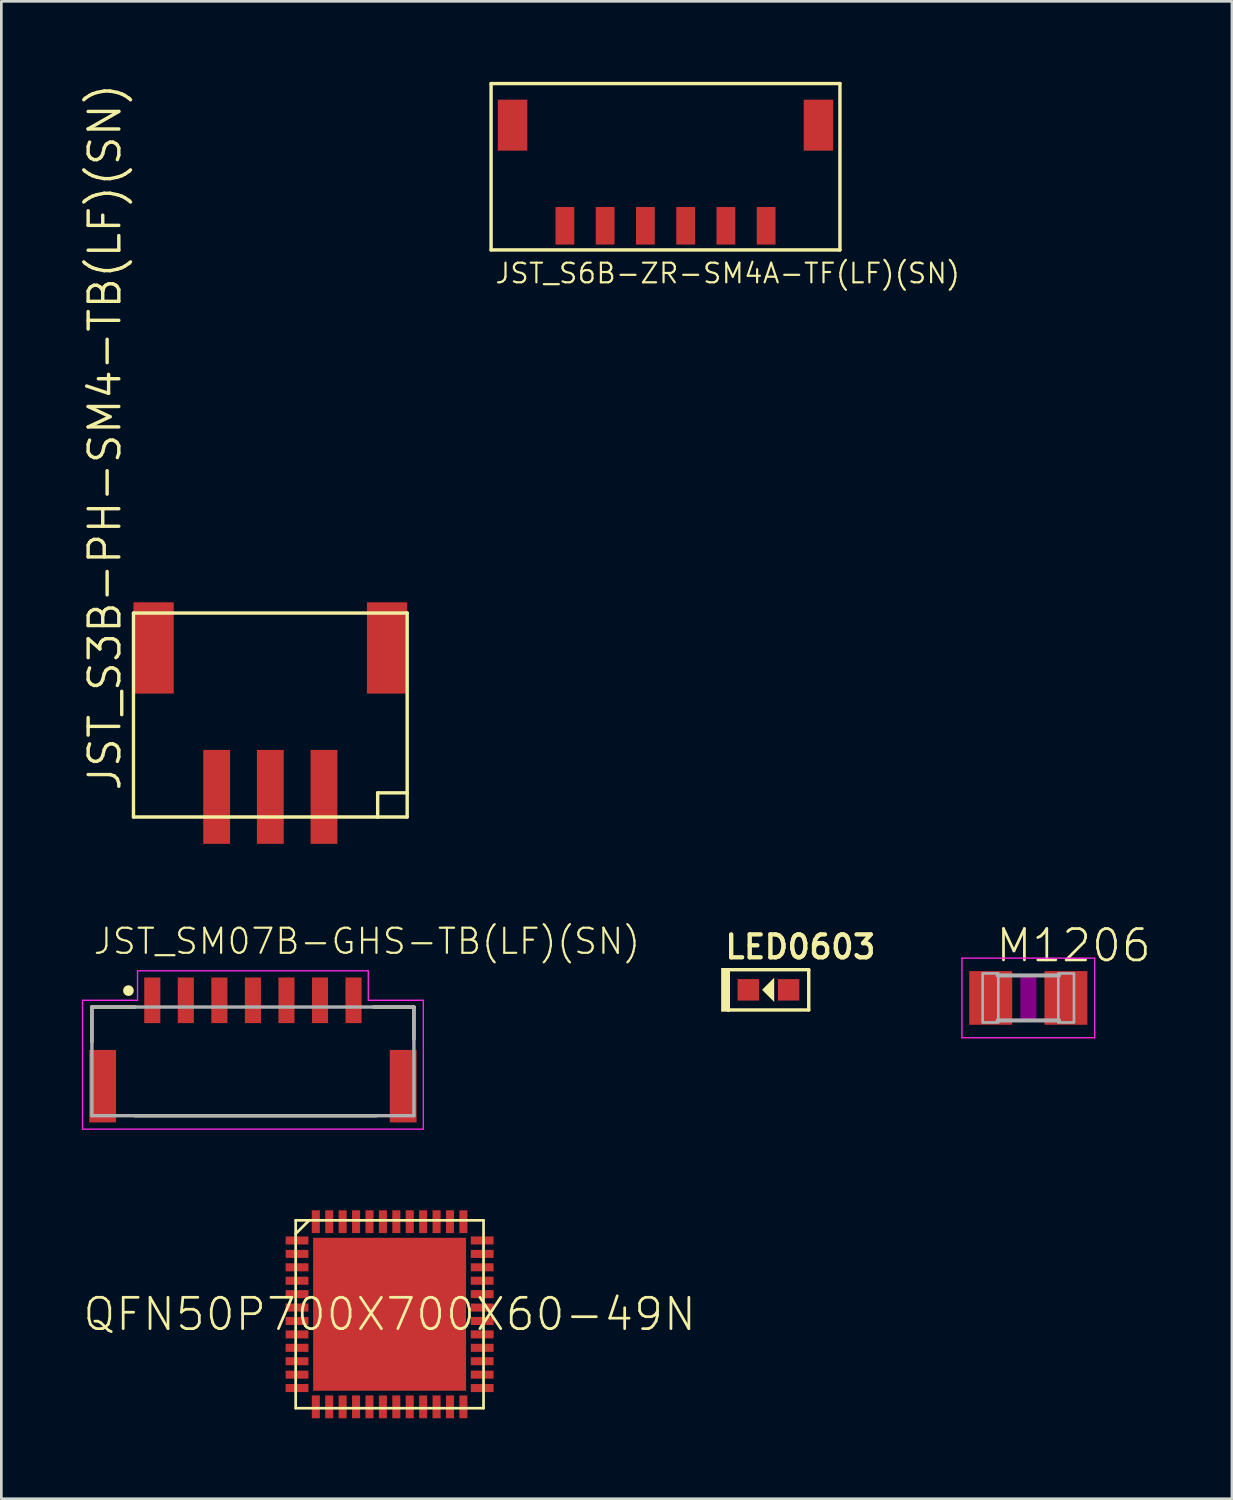
<source format=kicad_pcb>
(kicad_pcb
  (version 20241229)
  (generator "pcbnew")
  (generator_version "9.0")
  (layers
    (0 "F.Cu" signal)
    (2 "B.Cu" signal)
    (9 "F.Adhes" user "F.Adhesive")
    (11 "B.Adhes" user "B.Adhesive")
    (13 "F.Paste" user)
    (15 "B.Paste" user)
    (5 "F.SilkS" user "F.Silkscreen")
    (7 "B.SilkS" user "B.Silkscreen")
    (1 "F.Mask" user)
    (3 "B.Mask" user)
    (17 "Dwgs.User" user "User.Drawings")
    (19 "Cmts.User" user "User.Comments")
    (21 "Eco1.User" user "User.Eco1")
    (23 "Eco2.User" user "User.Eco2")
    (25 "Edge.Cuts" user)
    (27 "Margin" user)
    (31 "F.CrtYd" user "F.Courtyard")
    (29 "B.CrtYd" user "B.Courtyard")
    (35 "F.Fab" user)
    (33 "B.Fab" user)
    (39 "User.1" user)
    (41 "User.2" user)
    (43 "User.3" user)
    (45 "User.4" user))
  (footprint "JST_S3B-PH-SM4-TB(LF)(SN)"
    (layer "F.Cu")
    (at 7.024 23.666)
    (property "Reference" "JST_S3B-PH-SM4-TB(LF)(SN)" (at -5.5 2.83 90) (unlocked yes) (layer "F.SilkS") (effects (font (size 1.143 1.143) (thickness 0.127)) (justify left bottom)))
    (fp_line (start -5.1 -3.87) (end -5.1 3.73) (stroke (width 0.127) (type solid)) (layer "F.SilkS"))
    (fp_line (start -5.1 -3.87) (end 5.1 -3.87) (stroke (width 0.127) (type solid)) (layer "F.SilkS"))
    (fp_line (start -5.1 3.73) (end 4 3.73) (stroke (width 0.127) (type solid)) (layer "F.SilkS"))
    (fp_line (start 4 2.83) (end 4 3.73) (stroke (width 0.127) (type solid)) (layer "F.SilkS"))
    (fp_line (start 4 3.73) (end 5.1 3.73) (stroke (width 0.127) (type solid)) (layer "F.SilkS"))
    (fp_line (start 5.1 2.83) (end 4 2.83) (stroke (width 0.127) (type solid)) (layer "F.SilkS"))
    (fp_line (start 5.1 2.83) (end 5.1 -3.87) (stroke (width 0.127) (type solid)) (layer "F.SilkS"))
    (fp_line (start 5.1 3.73) (end 5.1 2.83) (stroke (width 0.127) (type solid)) (layer "F.SilkS"))
    (pad "1" smd rect (at 2 2.98) (size 1 3.5) (layers "F.Cu" "F.Mask" "F.Paste"))
    (pad "2" smd rect (at 0 2.98) (size 1 3.5) (layers "F.Cu" "F.Mask" "F.Paste"))
    (pad "3" smd rect (at -2 2.98) (size 1 3.5) (layers "F.Cu" "F.Mask" "F.Paste"))
    (pad "S1" smd rect (at -4.35 -2.57) (size 1.5 3.4) (layers "F.Cu" "F.Mask" "F.Paste"))
    (pad "S2" smd rect (at 4.35 -2.57) (size 1.5 3.4) (layers "F.Cu" "F.Mask" "F.Paste")))
  (footprint "M1206"
    (layer "F.Cu")
    (at 35.271 34.139)
    (property "Reference" "M1206" (at -1.27 -1.27 0) (unlocked yes) (layer "F.SilkS") (effects (font (size 1.168 1.168) (thickness 0.102)) (justify left bottom)))
    (fp_poly (pts (xy -0.3 0.8) (xy 0.3 0.8) (xy 0.3 -0.8) (xy -0.3 -0.8)) (stroke (width 0) (type default)) (fill yes) (layer "F.Adhes"))
    (fp_line (start -2.473 -1.483) (end 2.473 -1.483) (stroke (width 0.051) (type solid)) (layer "F.CrtYd"))
    (fp_line (start -2.473 1.483) (end -2.473 -1.483) (stroke (width 0.051) (type solid)) (layer "F.CrtYd"))
    (fp_line (start 2.473 -1.483) (end 2.473 1.483) (stroke (width 0.051) (type solid)) (layer "F.CrtYd"))
    (fp_line (start 2.473 1.483) (end -2.473 1.483) (stroke (width 0.051) (type solid)) (layer "F.CrtYd"))
    (fp_line (start 1.143 -0.838) (end -1.143 -0.838) (stroke (width 0.152) (type solid)) (layer "F.Fab"))
    (fp_line (start 1.143 0.838) (end -1.143 0.838) (stroke (width 0.152) (type solid)) (layer "F.Fab"))
    (fp_poly (pts (xy -1.702 0.914) (xy -1.118 0.914) (xy -1.118 -0.914) (xy -1.702 -0.914)) (stroke (width 0.1) (type default)) (fill no) (layer "F.Fab"))
    (fp_poly (pts (xy 1.118 0.914) (xy 1.702 0.914) (xy 1.702 -0.914) (xy 1.118 -0.914)) (stroke (width 0.1) (type default)) (fill no) (layer "F.Fab"))
    (pad "1" smd rect (at -1.4 0) (size 1.6 2) (layers "F.Cu" "F.Mask" "F.Paste"))
    (pad "2" smd rect (at 1.4 0) (size 1.6 2) (layers "F.Cu" "F.Mask" "F.Paste")))
  (footprint "LED0603"
    (layer "F.Cu")
    (at 25.588 33.837)
    (property "Reference" "LED0603" (at -1.7 -1.1 0) (unlocked yes) (layer "F.SilkS") (effects (font (size 0.853 0.853) (thickness 0.163)) (justify left bottom)))
    (fp_line (start -1.5 -0.75) (end -1.5 0.75) (stroke (width 0.127) (type solid)) (layer "F.SilkS"))
    (fp_line (start -1.5 0.75) (end 1.5 0.75) (stroke (width 0.127) (type solid)) (layer "F.SilkS"))
    (fp_line (start 1.5 -0.75) (end -1.5 -0.75) (stroke (width 0.127) (type solid)) (layer "F.SilkS"))
    (fp_line (start 1.5 0.75) (end 1.5 -0.75) (stroke (width 0.127) (type solid)) (layer "F.SilkS"))
    (fp_poly (pts (xy 0.213 0.453) (xy -0.24 0) (xy 0.213 -0.453)) (stroke (width 0) (type default)) (fill yes) (layer "F.SilkS"))
    (fp_poly (pts (xy -1.437 0.814) (xy -1.764 0.814) (xy -1.764 -0.814) (xy -1.437 -0.814)) (stroke (width 0) (type default)) (fill yes) (layer "F.SilkS"))
    (pad "ANODE" smd rect (at 0.75 0) (size 0.8 0.8) (layers "F.Cu" "F.Mask" "F.Paste"))
    (pad "CATHODE" smd rect (at -0.75 0) (size 0.8 0.8) (layers "F.Cu" "F.Mask" "F.Paste")))
  (footprint "QFN50P700X700X60-49N"
    (layer "F.Cu")
    (at 11.469 45.927)
    (property "Reference" "QFN50P700X700X60-49N" (at 0 0 0) (unlocked yes) (layer "F.SilkS") (effects (font (size 1.168 1.168) (thickness 0.102))))
    (fp_line (start -3.5 -3.5) (end 3.5 -3.5) (stroke (width 0.1) (type solid)) (layer "F.SilkS"))
    (fp_line (start -3.5 -3) (end -3 -3.5) (stroke (width 0.1) (type solid)) (layer "F.SilkS"))
    (fp_line (start -3.5 3.5) (end -3.5 -3.5) (stroke (width 0.1) (type solid)) (layer "F.SilkS"))
    (fp_line (start 3.5 -3.5) (end 3.5 3.5) (stroke (width 0.1) (type solid)) (layer "F.SilkS"))
    (fp_line (start 3.5 3.5) (end -3.5 3.5) (stroke (width 0.1) (type solid)) (layer "F.SilkS"))
    (fp_poly (pts (xy -0.436 -0.436) (xy -2.563 -0.436) (xy -2.563 -2.563) (xy -0.436 -2.563)) (stroke (width 0) (type default)) (fill yes) (layer "F.Paste"))
    (fp_poly (pts (xy -0.436 2.563) (xy -2.563 2.563) (xy -2.563 0.436) (xy -0.436 0.436)) (stroke (width 0) (type default)) (fill yes) (layer "F.Paste"))
    (fp_poly (pts (xy 2.563 -0.436) (xy 0.436 -0.436) (xy 0.436 -2.563) (xy 2.563 -2.563)) (stroke (width 0) (type default)) (fill yes) (layer "F.Paste"))
    (fp_poly (pts (xy 2.563 2.563) (xy 0.436 2.563) (xy 0.436 0.436) (xy 2.563 0.436)) (stroke (width 0) (type default)) (fill yes) (layer "F.Paste"))
    (pad "1" smd rect (at -3.45 -2.75) (size 0.85 0.3) (layers "F.Cu" "F.Mask" "F.Paste"))
    (pad "2" smd rect (at -3.45 -2.25) (size 0.85 0.3) (layers "F.Cu" "F.Mask" "F.Paste"))
    (pad "3" smd rect (at -3.45 -1.75) (size 0.85 0.3) (layers "F.Cu" "F.Mask" "F.Paste"))
    (pad "4" smd rect (at -3.45 -1.25) (size 0.85 0.3) (layers "F.Cu" "F.Mask" "F.Paste"))
    (pad "5" smd rect (at -3.45 -0.75) (size 0.85 0.3) (layers "F.Cu" "F.Mask" "F.Paste"))
    (pad "6" smd rect (at -3.45 -0.25) (size 0.85 0.3) (layers "F.Cu" "F.Mask" "F.Paste"))
    (pad "7" smd rect (at -3.45 0.25) (size 0.85 0.3) (layers "F.Cu" "F.Mask" "F.Paste"))
    (pad "8" smd rect (at -3.45 0.75) (size 0.85 0.3) (layers "F.Cu" "F.Mask" "F.Paste"))
    (pad "9" smd rect (at -3.45 1.25) (size 0.85 0.3) (layers "F.Cu" "F.Mask" "F.Paste"))
    (pad "10" smd rect (at -3.45 1.75) (size 0.85 0.3) (layers "F.Cu" "F.Mask" "F.Paste"))
    (pad "11" smd rect (at -3.45 2.25) (size 0.85 0.3) (layers "F.Cu" "F.Mask" "F.Paste"))
    (pad "12" smd rect (at -3.45 2.75) (size 0.85 0.3) (layers "F.Cu" "F.Mask" "F.Paste"))
    (pad "13" smd rect (at -2.75 3.45 90) (size 0.85 0.3) (layers "F.Cu" "F.Mask" "F.Paste"))
    (pad "14" smd rect (at -2.25 3.45 90) (size 0.85 0.3) (layers "F.Cu" "F.Mask" "F.Paste"))
    (pad "15" smd rect (at -1.75 3.45 90) (size 0.85 0.3) (layers "F.Cu" "F.Mask" "F.Paste"))
    (pad "16" smd rect (at -1.25 3.45 90) (size 0.85 0.3) (layers "F.Cu" "F.Mask" "F.Paste"))
    (pad "17" smd rect (at -0.75 3.45 90) (size 0.85 0.3) (layers "F.Cu" "F.Mask" "F.Paste"))
    (pad "18" smd rect (at -0.25 3.45 90) (size 0.85 0.3) (layers "F.Cu" "F.Mask" "F.Paste"))
    (pad "19" smd rect (at 0.25 3.45 90) (size 0.85 0.3) (layers "F.Cu" "F.Mask" "F.Paste"))
    (pad "20" smd rect (at 0.75 3.45 90) (size 0.85 0.3) (layers "F.Cu" "F.Mask" "F.Paste"))
    (pad "21" smd rect (at 1.25 3.45 90) (size 0.85 0.3) (layers "F.Cu" "F.Mask" "F.Paste"))
    (pad "22" smd rect (at 1.75 3.45 90) (size 0.85 0.3) (layers "F.Cu" "F.Mask" "F.Paste"))
    (pad "23" smd rect (at 2.25 3.45 90) (size 0.85 0.3) (layers "F.Cu" "F.Mask" "F.Paste"))
    (pad "24" smd rect (at 2.75 3.45 90) (size 0.85 0.3) (layers "F.Cu" "F.Mask" "F.Paste"))
    (pad "25" smd rect (at 3.45 2.75) (size 0.85 0.3) (layers "F.Cu" "F.Mask" "F.Paste"))
    (pad "26" smd rect (at 3.45 2.25) (size 0.85 0.3) (layers "F.Cu" "F.Mask" "F.Paste"))
    (pad "27" smd rect (at 3.45 1.75) (size 0.85 0.3) (layers "F.Cu" "F.Mask" "F.Paste"))
    (pad "28" smd rect (at 3.45 1.25) (size 0.85 0.3) (layers "F.Cu" "F.Mask" "F.Paste"))
    (pad "29" smd rect (at 3.45 0.75) (size 0.85 0.3) (layers "F.Cu" "F.Mask" "F.Paste"))
    (pad "30" smd rect (at 3.45 0.25) (size 0.85 0.3) (layers "F.Cu" "F.Mask" "F.Paste"))
    (pad "31" smd rect (at 3.45 -0.25) (size 0.85 0.3) (layers "F.Cu" "F.Mask" "F.Paste"))
    (pad "32" smd rect (at 3.45 -0.75) (size 0.85 0.3) (layers "F.Cu" "F.Mask" "F.Paste"))
    (pad "33" smd rect (at 3.45 -1.25) (size 0.85 0.3) (layers "F.Cu" "F.Mask" "F.Paste"))
    (pad "34" smd rect (at 3.45 -1.75) (size 0.85 0.3) (layers "F.Cu" "F.Mask" "F.Paste"))
    (pad "35" smd rect (at 3.45 -2.25) (size 0.85 0.3) (layers "F.Cu" "F.Mask" "F.Paste"))
    (pad "36" smd rect (at 3.45 -2.75) (size 0.85 0.3) (layers "F.Cu" "F.Mask" "F.Paste"))
    (pad "37" smd rect (at 2.75 -3.45 90) (size 0.85 0.3) (layers "F.Cu" "F.Mask" "F.Paste"))
    (pad "38" smd rect (at 2.25 -3.45 90) (size 0.85 0.3) (layers "F.Cu" "F.Mask" "F.Paste"))
    (pad "39" smd rect (at 1.75 -3.45 90) (size 0.85 0.3) (layers "F.Cu" "F.Mask" "F.Paste"))
    (pad "40" smd rect (at 1.25 -3.45 90) (size 0.85 0.3) (layers "F.Cu" "F.Mask" "F.Paste"))
    (pad "41" smd rect (at 0.75 -3.45 90) (size 0.85 0.3) (layers "F.Cu" "F.Mask" "F.Paste"))
    (pad "42" smd rect (at 0.25 -3.45 90) (size 0.85 0.3) (layers "F.Cu" "F.Mask" "F.Paste"))
    (pad "43" smd rect (at -0.25 -3.45 90) (size 0.85 0.3) (layers "F.Cu" "F.Mask" "F.Paste"))
    (pad "44" smd rect (at -0.75 -3.45 90) (size 0.85 0.3) (layers "F.Cu" "F.Mask" "F.Paste"))
    (pad "45" smd rect (at -1.25 -3.45 90) (size 0.85 0.3) (layers "F.Cu" "F.Mask" "F.Paste"))
    (pad "46" smd rect (at -1.75 -3.45 90) (size 0.85 0.3) (layers "F.Cu" "F.Mask" "F.Paste"))
    (pad "47" smd rect (at -2.25 -3.45 90) (size 0.85 0.3) (layers "F.Cu" "F.Mask" "F.Paste"))
    (pad "48" smd rect (at -2.75 -3.45 90) (size 0.85 0.3) (layers "F.Cu" "F.Mask" "F.Paste"))
    (pad "49" smd rect (at 0 0 90) (size 5.7 5.7) (layers "F.Cu" "F.Mask")))
  (footprint "JST_SM07B-GHS-TB(LF)(SN)"
    (layer "F.Cu")
    (at 6.375 36.077)
    (property "Reference" "JST_SM07B-GHS-TB(LF)(SN)" (at -6.003 -3.502 0) (unlocked yes) (layer "F.SilkS") (effects (font (size 0.935 0.935) (thickness 0.081)) (justify left bottom)))
    (fp_line (start -6 -1.6) (end -4.4 -1.6) (stroke (width 0.127) (type solid)) (layer "F.SilkS"))
    (fp_line (start -6 -0.3) (end -6 -1.6) (stroke (width 0.127) (type solid)) (layer "F.SilkS"))
    (fp_line (start -4.4 2.45) (end 4.6 2.45) (stroke (width 0.127) (type solid)) (layer "F.SilkS"))
    (fp_line (start 4.5 -1.6) (end 6 -1.6) (stroke (width 0.127) (type solid)) (layer "F.SilkS"))
    (fp_line (start 6 -1.6) (end 6 -0.4) (stroke (width 0.127) (type solid)) (layer "F.SilkS"))
    (fp_circle (center -4.639 -2.211) (end -4.539 -2.211) (stroke (width 0.2) (type solid)) (fill no) (layer "F.SilkS"))
    (fp_line (start -6.35 -1.85) (end -4.3 -1.85) (stroke (width 0.05) (type solid)) (layer "F.CrtYd"))
    (fp_line (start -6.35 2.95) (end -6.35 -1.85) (stroke (width 0.05) (type solid)) (layer "F.CrtYd"))
    (fp_line (start -4.3 -2.95) (end 4.3 -2.95) (stroke (width 0.05) (type solid)) (layer "F.CrtYd"))
    (fp_line (start -4.3 -1.85) (end -4.3 -2.95) (stroke (width 0.05) (type solid)) (layer "F.CrtYd"))
    (fp_line (start 4.3 -2.95) (end 4.3 -1.85) (stroke (width 0.05) (type solid)) (layer "F.CrtYd"))
    (fp_line (start 4.3 -1.85) (end 6.35 -1.85) (stroke (width 0.05) (type solid)) (layer "F.CrtYd"))
    (fp_line (start 6.35 -1.85) (end 6.35 2.95) (stroke (width 0.05) (type solid)) (layer "F.CrtYd"))
    (fp_line (start 6.35 2.95) (end -6.35 2.95) (stroke (width 0.05) (type solid)) (layer "F.CrtYd"))
    (fp_line (start -6 -1.6) (end 6 -1.6) (stroke (width 0.127) (type solid)) (layer "F.Fab"))
    (fp_line (start -6 2.45) (end -6 -1.6) (stroke (width 0.127) (type solid)) (layer "F.Fab"))
    (fp_line (start 6 -1.6) (end 6 2.45) (stroke (width 0.127) (type solid)) (layer "F.Fab"))
    (fp_line (start 6 2.45) (end -6 2.45) (stroke (width 0.127) (type solid)) (layer "F.Fab"))
    (pad "1" smd rect (at -3.75 -1.85) (size 0.6 1.7) (layers "F.Cu" "F.Mask" "F.Paste"))
    (pad "2" smd rect (at -2.5 -1.85) (size 0.6 1.7) (layers "F.Cu" "F.Mask" "F.Paste"))
    (pad "3" smd rect (at -1.25 -1.85) (size 0.6 1.7) (layers "F.Cu" "F.Mask" "F.Paste"))
    (pad "4" smd rect (at 0 -1.85) (size 0.6 1.7) (layers "F.Cu" "F.Mask" "F.Paste"))
    (pad "5" smd rect (at 1.25 -1.85) (size 0.6 1.7) (layers "F.Cu" "F.Mask" "F.Paste"))
    (pad "6" smd rect (at 2.5 -1.85) (size 0.6 1.7) (layers "F.Cu" "F.Mask" "F.Paste"))
    (pad "7" smd rect (at 3.75 -1.85) (size 0.6 1.7) (layers "F.Cu" "F.Mask" "F.Paste"))
    (pad "S1" smd rect (at 5.6 1.35) (size 1 2.7) (layers "F.Cu" "F.Mask" "F.Paste"))
    (pad "S2" smd rect (at -5.6 1.35) (size 1 2.7) (layers "F.Cu" "F.Mask" "F.Paste")))
  (footprint "JST_S6B-ZR-SM4A-TF(LF)(SN)"
    (layer "F.Cu")
    (at 21.751 5.364)
    (property "Reference" "JST_S6B-ZR-SM4A-TF(LF)(SN)" (at -6.4 2.2 0) (unlocked yes) (layer "F.SilkS") (effects (font (size 0.732 0.732) (thickness 0.081)) (justify left bottom)))
    (fp_line (start -6.5 -5.3) (end 6.5 -5.3) (stroke (width 0.127) (type solid)) (layer "F.SilkS"))
    (fp_line (start -6.5 0.9) (end -6.5 -5.3) (stroke (width 0.127) (type solid)) (layer "F.SilkS"))
    (fp_line (start 6.5 -5.3) (end 6.5 0.9) (stroke (width 0.127) (type solid)) (layer "F.SilkS"))
    (fp_line (start 6.5 0.9) (end -6.5 0.9) (stroke (width 0.127) (type solid)) (layer "F.SilkS"))
    (pad "1" smd rect (at 3.75 0) (size 0.7 1.4) (layers "F.Cu" "F.Mask" "F.Paste"))
    (pad "2" smd rect (at 2.25 0) (size 0.7 1.4) (layers "F.Cu" "F.Mask" "F.Paste"))
    (pad "3" smd rect (at 0.75 0) (size 0.7 1.4) (layers "F.Cu" "F.Mask" "F.Paste"))
    (pad "4" smd rect (at -0.75 0) (size 0.7 1.4) (layers "F.Cu" "F.Mask" "F.Paste"))
    (pad "5" smd rect (at -2.25 0) (size 0.7 1.4) (layers "F.Cu" "F.Mask" "F.Paste"))
    (pad "6" smd rect (at -3.75 0) (size 0.7 1.4) (layers "F.Cu" "F.Mask" "F.Paste"))
    (pad "P1" smd rect (at 5.7 -3.75) (size 1.1 1.9) (layers "F.Cu" "F.Mask" "F.Paste"))
    (pad "P2" smd rect (at -5.7 -3.75) (size 1.1 1.9) (layers "F.Cu" "F.Mask" "F.Paste")))
  (gr_rect
    (start -3 -3)
    (end 42.859 52.802)
    (stroke (width 0.1) (type default))
    (fill no)
    (layer "Edge.Cuts")))
</source>
